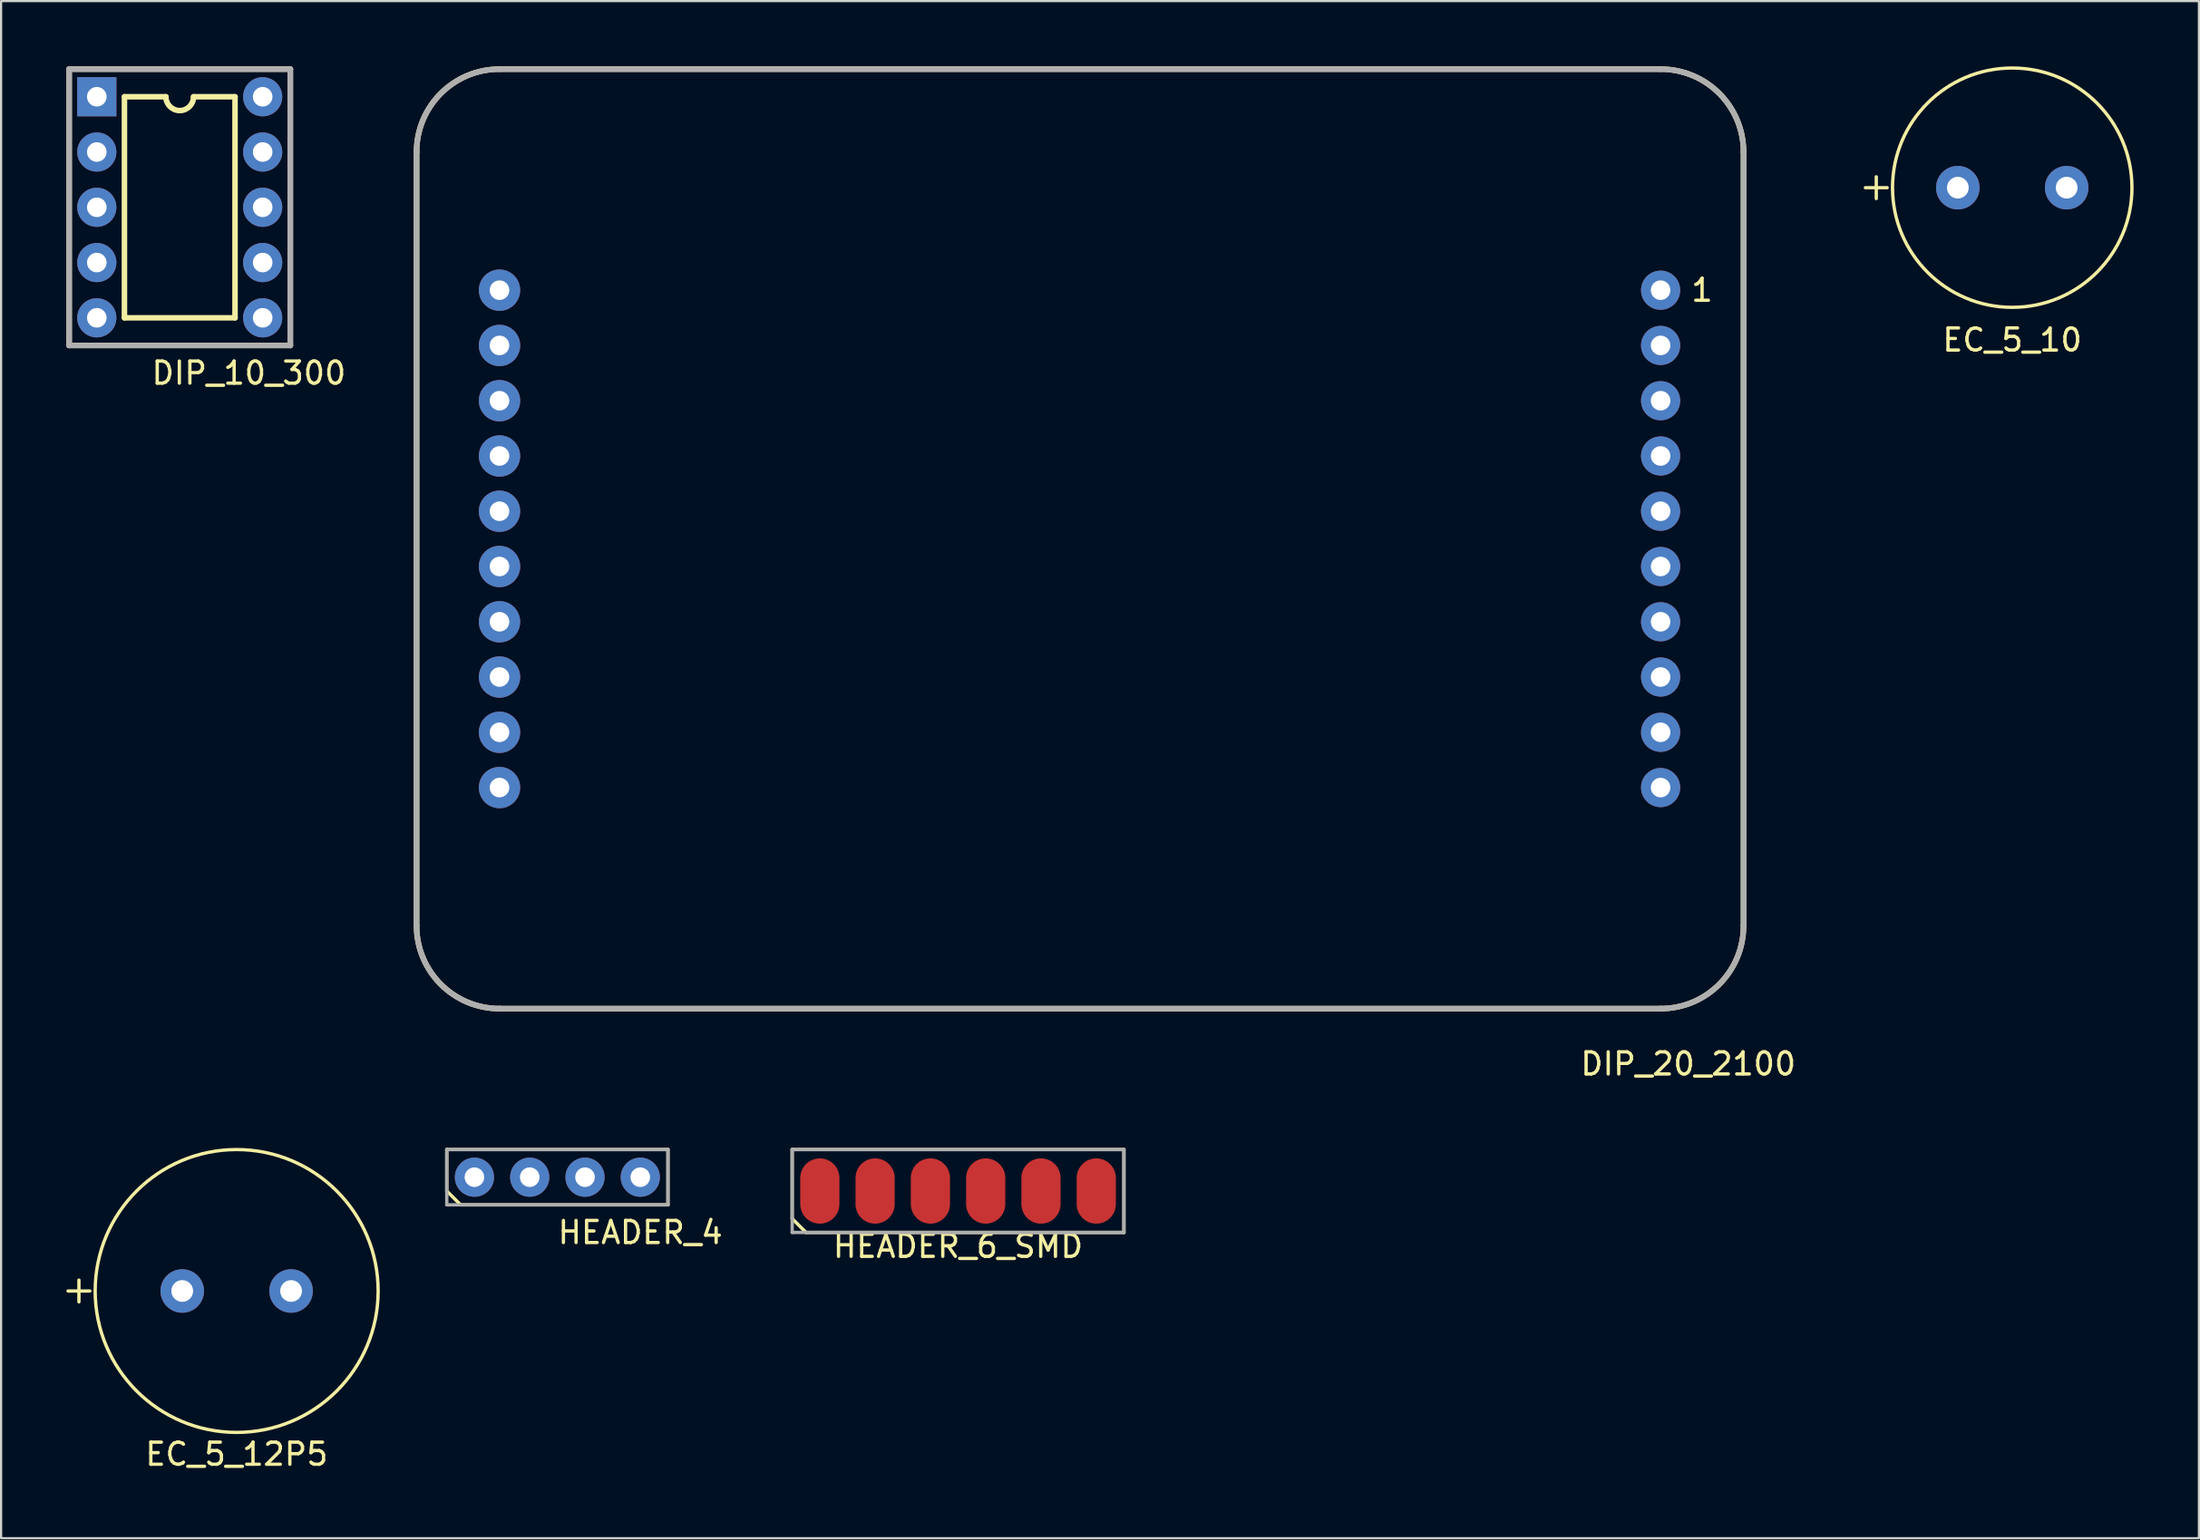
<source format=kicad_pcb>
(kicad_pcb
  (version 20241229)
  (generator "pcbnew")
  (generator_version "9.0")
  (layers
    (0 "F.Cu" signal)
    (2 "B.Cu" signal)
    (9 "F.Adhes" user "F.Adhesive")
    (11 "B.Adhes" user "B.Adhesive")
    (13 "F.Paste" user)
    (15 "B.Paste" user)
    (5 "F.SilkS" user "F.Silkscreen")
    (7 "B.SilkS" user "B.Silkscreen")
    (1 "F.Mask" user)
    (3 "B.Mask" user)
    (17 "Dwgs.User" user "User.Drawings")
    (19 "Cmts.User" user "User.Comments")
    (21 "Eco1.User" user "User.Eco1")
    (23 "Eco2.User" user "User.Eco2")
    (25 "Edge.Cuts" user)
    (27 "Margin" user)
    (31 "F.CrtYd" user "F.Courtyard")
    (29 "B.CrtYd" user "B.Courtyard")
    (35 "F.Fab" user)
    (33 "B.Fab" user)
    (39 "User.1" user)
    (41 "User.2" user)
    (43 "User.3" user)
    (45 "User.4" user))
  (footprint "EC_5_12P5"
    (layer "F.Cu")
    (at 7.822 56.285)
    (property "Reference" "EC_5_12P5" (at 0 7.5 0) (layer "F.SilkS") (effects (font (size 1.016 1.016) (thickness 0.152))))
    (attr through_hole)
    (fp_line (start -7.246 -0.5) (end -7.246 0.5) (stroke (width 0.152) (type solid)) (layer "F.SilkS"))
    (fp_line (start -6.746 0) (end -7.746 0) (stroke (width 0.152) (type solid)) (layer "F.SilkS"))
    (fp_circle (center 0 0) (end -6.5 0) (stroke (width 0.152) (type solid)) (fill no) (layer "F.SilkS"))
    (pad "1" thru_hole circle (at -2.5 0) (size 2 2) (drill 1) (layers "*.Cu" "*.Mask"))
    (pad "2" thru_hole circle (at 2.5 0) (size 2 2) (drill 1) (layers "*.Cu" "*.Mask")))
  (footprint "HEADER_4"
    (layer "F.Cu")
    (at 22.555 51.055)
    (property "Reference" "HEADER_4" (at 3.81 2.54 0) (layer "F.SilkS") (effects (font (size 1.016 1.016) (thickness 0.152))))
    (attr through_hole)
    (fp_line (start -5.08 -1.27) (end 5.08 -1.27) (stroke (width 0.152) (type solid)) (layer "F.SilkS"))
    (fp_line (start -5.08 0.635) (end -5.08 -1.27) (stroke (width 0.152) (type solid)) (layer "F.SilkS"))
    (fp_line (start -4.445 1.27) (end -5.08 0.635) (stroke (width 0.152) (type solid)) (layer "F.SilkS"))
    (fp_line (start 5.08 -1.27) (end 5.08 1.27) (stroke (width 0.152) (type solid)) (layer "F.SilkS"))
    (fp_line (start 5.08 1.27) (end -4.445 1.27) (stroke (width 0.152) (type solid)) (layer "F.SilkS"))
    (fp_line (start -5.08 -1.27) (end -5.08 1.27) (stroke (width 0.152) (type solid)) (layer "F.Fab"))
    (fp_line (start -5.08 -1.27) (end 5.08 -1.27) (stroke (width 0.152) (type solid)) (layer "F.Fab"))
    (fp_line (start -5.08 1.27) (end 5.08 1.27) (stroke (width 0.152) (type solid)) (layer "F.Fab"))
    (fp_line (start 5.08 -1.27) (end 5.08 1.27) (stroke (width 0.152) (type solid)) (layer "F.Fab"))
    (pad "1" thru_hole circle (at -3.81 0) (size 1.8 1.8) (drill 0.9) (layers "*.Cu" "*.Mask"))
    (pad "2" thru_hole circle (at -1.27 0) (size 1.8 1.8) (drill 0.9) (layers "*.Cu" "*.Mask"))
    (pad "3" thru_hole circle (at 1.27 0) (size 1.8 1.8) (drill 0.9) (layers "*.Cu" "*.Mask"))
    (pad "4" thru_hole circle (at 3.81 0) (size 1.8 1.8) (drill 0.9) (layers "*.Cu" "*.Mask")))
  (footprint "HEADER_6_SMD"
    (layer "F.Cu")
    (at 40.962 51.69)
    (property "Reference" "HEADER_6_SMD" (at 0 2.54 0) (layer "F.SilkS") (effects (font (size 1.016 1.016) (thickness 0.152))))
    (attr smd)
    (fp_line (start -7.62 -1.905) (end -7.62 1.27) (stroke (width 0.152) (type solid)) (layer "F.SilkS"))
    (fp_line (start -7.62 1.27) (end -6.985 1.905) (stroke (width 0.152) (type solid)) (layer "F.SilkS"))
    (fp_line (start -6.985 1.905) (end 7.62 1.905) (stroke (width 0.152) (type solid)) (layer "F.SilkS"))
    (fp_line (start 7.62 -1.905) (end -7.62 -1.905) (stroke (width 0.152) (type solid)) (layer "F.SilkS"))
    (fp_line (start 7.62 1.905) (end 7.62 -1.905) (stroke (width 0.152) (type solid)) (layer "F.SilkS"))
    (fp_line (start -7.62 -1.905) (end 7.62 -1.905) (stroke (width 0.152) (type solid)) (layer "F.Fab"))
    (fp_line (start -7.62 1.905) (end -7.62 -1.905) (stroke (width 0.152) (type solid)) (layer "F.Fab"))
    (fp_line (start 7.62 -1.905) (end 7.62 1.905) (stroke (width 0.152) (type solid)) (layer "F.Fab"))
    (fp_line (start 7.62 1.905) (end -7.62 1.905) (stroke (width 0.152) (type solid)) (layer "F.Fab"))
    (pad "1" smd oval (at -6.35 0) (size 1.8 3) (layers "F.Cu" "F.Mask" "F.Paste"))
    (pad "2" smd oval (at -3.81 0) (size 1.8 3) (layers "F.Cu" "F.Mask" "F.Paste"))
    (pad "3" smd oval (at -1.27 0) (size 1.8 3) (layers "F.Cu" "F.Mask" "F.Paste"))
    (pad "4" smd oval (at 1.27 0) (size 1.8 3) (layers "F.Cu" "F.Mask" "F.Paste"))
    (pad "5" smd oval (at 3.81 0) (size 1.8 3) (layers "F.Cu" "F.Mask" "F.Paste"))
    (pad "6" smd oval (at 6.35 0) (size 1.8 3) (layers "F.Cu" "F.Mask" "F.Paste")))
  (footprint "EC_5_10"
    (layer "F.Cu")
    (at 89.391 5.576)
    (property "Reference" "EC_5_10" (at 0 7 0) (layer "F.SilkS") (effects (font (size 1.016 1.016) (thickness 0.152))))
    (attr through_hole)
    (fp_line (start -6.246 -0.5) (end -6.246 0.5) (stroke (width 0.152) (type solid)) (layer "F.SilkS"))
    (fp_line (start -5.746 0) (end -6.746 0) (stroke (width 0.152) (type solid)) (layer "F.SilkS"))
    (fp_circle (center 0 0) (end 0 5.5) (stroke (width 0.152) (type solid)) (fill no) (layer "F.SilkS"))
    (pad "1" thru_hole circle (at -2.5 0) (size 2 2) (drill 1) (layers "*.Cu" "*.Mask"))
    (pad "2" thru_hole circle (at 2.5 0) (size 2 2) (drill 1) (layers "*.Cu" "*.Mask")))
  (footprint "DIP_10_300"
    (layer "F.Cu")
    (at 1.397 1.397)
    (property "Reference" "DIP_10_300" (at 6.985 12.7 0) (layer "F.SilkS") (effects (font (size 1.016 1.016) (thickness 0.152))))
    (attr through_hole)
    (fp_line (start -1.27 -1.27) (end -1.27 11.43) (stroke (width 0.254) (type solid)) (layer "F.SilkS"))
    (fp_line (start -1.27 11.43) (end 8.89 11.43) (stroke (width 0.254) (type solid)) (layer "F.SilkS"))
    (fp_line (start 1.27 0) (end 1.27 10.16) (stroke (width 0.254) (type solid)) (layer "F.SilkS"))
    (fp_line (start 1.27 10.16) (end 6.35 10.16) (stroke (width 0.254) (type solid)) (layer "F.SilkS"))
    (fp_line (start 3.175 0) (end 1.27 0) (stroke (width 0.254) (type solid)) (layer "F.SilkS"))
    (fp_line (start 4.445 0) (end 6.35 0) (stroke (width 0.254) (type solid)) (layer "F.SilkS"))
    (fp_line (start 6.35 10.16) (end 6.35 0) (stroke (width 0.254) (type solid)) (layer "F.SilkS"))
    (fp_line (start 8.89 -1.27) (end -1.27 -1.27) (stroke (width 0.254) (type solid)) (layer "F.SilkS"))
    (fp_line (start 8.89 11.43) (end 8.89 -1.27) (stroke (width 0.254) (type solid)) (layer "F.SilkS"))
    (fp_arc (start 3.81 0.635) (mid 3.360987 0.449013) (end 3.175 0) (stroke (width 0.254) (type solid)) (layer "F.SilkS"))
    (fp_arc (start 4.445 0) (mid 4.259013 0.449013) (end 3.81 0.635) (stroke (width 0.254) (type solid)) (layer "F.SilkS"))
    (fp_line (start -1.27 -1.27) (end -1.27 11.43) (stroke (width 0.254) (type solid)) (layer "F.Fab"))
    (fp_line (start -1.27 11.43) (end 8.89 11.43) (stroke (width 0.254) (type solid)) (layer "F.Fab"))
    (fp_line (start 8.89 -1.27) (end -1.27 -1.27) (stroke (width 0.254) (type solid)) (layer "F.Fab"))
    (fp_line (start 8.89 11.43) (end 8.89 -1.27) (stroke (width 0.254) (type solid)) (layer "F.Fab"))
    (pad "1" thru_hole rect (at 0 0) (size 1.8 1.8) (drill 0.9) (layers "*.Cu" "*.Mask"))
    (pad "2" thru_hole circle (at 0 2.54) (size 1.8 1.8) (drill 0.9) (layers "*.Cu" "*.Mask"))
    (pad "3" thru_hole circle (at 0 5.08) (size 1.8 1.8) (drill 0.9) (layers "*.Cu" "*.Mask"))
    (pad "4" thru_hole circle (at 0 7.62) (size 1.8 1.8) (drill 0.9) (layers "*.Cu" "*.Mask"))
    (pad "5" thru_hole circle (at 0 10.16) (size 1.8 1.8) (drill 0.9) (layers "*.Cu" "*.Mask"))
    (pad "6" thru_hole circle (at 7.62 10.16) (size 1.8 1.8) (drill 0.9) (layers "*.Cu" "*.Mask"))
    (pad "7" thru_hole circle (at 7.62 7.62) (size 1.8 1.8) (drill 0.9) (layers "*.Cu" "*.Mask"))
    (pad "8" thru_hole circle (at 7.62 5.08) (size 1.8 1.8) (drill 0.9) (layers "*.Cu" "*.Mask"))
    (pad "9" thru_hole circle (at 7.62 2.54) (size 1.8 1.8) (drill 0.9) (layers "*.Cu" "*.Mask"))
    (pad "10" thru_hole circle (at 7.62 0) (size 1.8 1.8) (drill 0.9) (layers "*.Cu" "*.Mask")))
  (footprint "DIP_20_2100"
    (layer "F.Cu")
    (at 19.897 10.287)
    (property "Reference" "DIP_20_2100" (at 54.61 35.56 0) (layer "F.SilkS") (effects (font (size 1.016 1.016) (thickness 0.152))))
    (attr through_hole)
    (fp_line (start -3.81 -6.35) (end -3.81 29.21) (stroke (width 0.254) (type solid)) (layer "F.SilkS"))
    (fp_line (start 0 33.02) (end 53.34 33.02) (stroke (width 0.254) (type solid)) (layer "F.SilkS"))
    (fp_line (start 53.34 -10.16) (end 0 -10.16) (stroke (width 0.254) (type solid)) (layer "F.SilkS"))
    (fp_line (start 57.15 29.21) (end 57.15 -6.35) (stroke (width 0.254) (type solid)) (layer "F.SilkS"))
    (fp_arc (start -3.81 -6.35) (mid -2.694077 -9.044077) (end 0 -10.16) (stroke (width 0.254) (type solid)) (layer "F.SilkS"))
    (fp_arc (start 0 33.02) (mid -2.694077 31.904077) (end -3.81 29.21) (stroke (width 0.254) (type solid)) (layer "F.SilkS"))
    (fp_arc (start 53.34 -10.16) (mid 56.034077 -9.044077) (end 57.15 -6.35) (stroke (width 0.254) (type solid)) (layer "F.SilkS"))
    (fp_arc (start 57.15 29.21) (mid 56.034077 31.904077) (end 53.34 33.02) (stroke (width 0.254) (type solid)) (layer "F.SilkS"))
    (fp_line (start -3.81 29.21) (end -3.81 -6.35) (stroke (width 0.254) (type solid)) (layer "F.Fab"))
    (fp_line (start 0 -10.16) (end 53.34 -10.16) (stroke (width 0.254) (type solid)) (layer "F.Fab"))
    (fp_line (start 53.34 33.02) (end 0 33.02) (stroke (width 0.254) (type solid)) (layer "F.Fab"))
    (fp_line (start 57.15 -6.35) (end 57.15 29.21) (stroke (width 0.254) (type solid)) (layer "F.Fab"))
    (fp_arc (start -3.81 -6.35) (mid -2.694077 -9.044077) (end 0 -10.16) (stroke (width 0.254) (type solid)) (layer "F.Fab"))
    (fp_arc (start 0 33.02) (mid -2.694077 31.904077) (end -3.81 29.21) (stroke (width 0.254) (type solid)) (layer "F.Fab"))
    (fp_arc (start 53.34 -10.16) (mid 56.034077 -9.044077) (end 57.15 -6.35) (stroke (width 0.254) (type solid)) (layer "F.Fab"))
    (fp_arc (start 57.15 29.21) (mid 56.034077 31.904077) (end 53.34 33.02) (stroke (width 0.254) (type solid)) (layer "F.Fab"))
    (fp_text user "1" (at 55.245 0 0) (layer "F.SilkS") (effects (font (size 1.016 1.016) (thickness 0.152))))
    (pad "" np_thru_hole circle (at 0 0) (size 1.9 1.9) (drill 0.9) (layers "*.Cu" "*.Mask"))
    (pad "" np_thru_hole circle (at 0 2.54) (size 1.9 1.9) (drill 0.9) (layers "*.Cu" "*.Mask"))
    (pad "" np_thru_hole circle (at 0 5.08) (size 1.9 1.9) (drill 0.9) (layers "*.Cu" "*.Mask"))
    (pad "" np_thru_hole circle (at 0 7.62) (size 1.9 1.9) (drill 0.9) (layers "*.Cu" "*.Mask"))
    (pad "" np_thru_hole circle (at 0 10.16) (size 1.9 1.9) (drill 0.9) (layers "*.Cu" "*.Mask"))
    (pad "" np_thru_hole circle (at 0 12.7) (size 1.9 1.9) (drill 0.9) (layers "*.Cu" "*.Mask"))
    (pad "" np_thru_hole circle (at 0 15.24) (size 1.9 1.9) (drill 0.9) (layers "*.Cu" "*.Mask"))
    (pad "" np_thru_hole circle (at 0 17.78) (size 1.9 1.9) (drill 0.9) (layers "*.Cu" "*.Mask"))
    (pad "" np_thru_hole circle (at 0 20.32) (size 1.9 1.9) (drill 0.9) (layers "*.Cu" "*.Mask"))
    (pad "" np_thru_hole circle (at 0 22.86) (size 1.9 1.9) (drill 0.9) (layers "*.Cu" "*.Mask"))
    (pad "1" thru_hole circle (at 53.34 0) (size 1.8 1.8) (drill 0.9) (layers "*.Cu" "*.Mask"))
    (pad "2" thru_hole circle (at 53.34 2.54) (size 1.8 1.8) (drill 0.9) (layers "*.Cu" "*.Mask"))
    (pad "3" thru_hole circle (at 53.34 5.08) (size 1.8 1.8) (drill 0.9) (layers "*.Cu" "*.Mask"))
    (pad "4" thru_hole circle (at 53.34 7.62) (size 1.8 1.8) (drill 0.9) (layers "*.Cu" "*.Mask"))
    (pad "5" thru_hole circle (at 53.34 10.16) (size 1.8 1.8) (drill 0.9) (layers "*.Cu" "*.Mask"))
    (pad "6" thru_hole circle (at 53.34 12.7) (size 1.8 1.8) (drill 0.9) (layers "*.Cu" "*.Mask"))
    (pad "7" thru_hole circle (at 53.34 15.24) (size 1.8 1.8) (drill 0.9) (layers "*.Cu" "*.Mask"))
    (pad "8" thru_hole circle (at 53.34 17.78) (size 1.8 1.8) (drill 0.9) (layers "*.Cu" "*.Mask"))
    (pad "9" thru_hole circle (at 53.34 20.32) (size 1.8 1.8) (drill 0.9) (layers "*.Cu" "*.Mask"))
    (pad "10" thru_hole circle (at 53.34 22.86) (size 1.8 1.8) (drill 0.9) (layers "*.Cu" "*.Mask")))
  (gr_rect
    (start -3 -3)
    (end 97.967 67.647)
    (stroke (width 0.1) (type default))
    (fill no)
    (layer "Edge.Cuts")))
</source>
